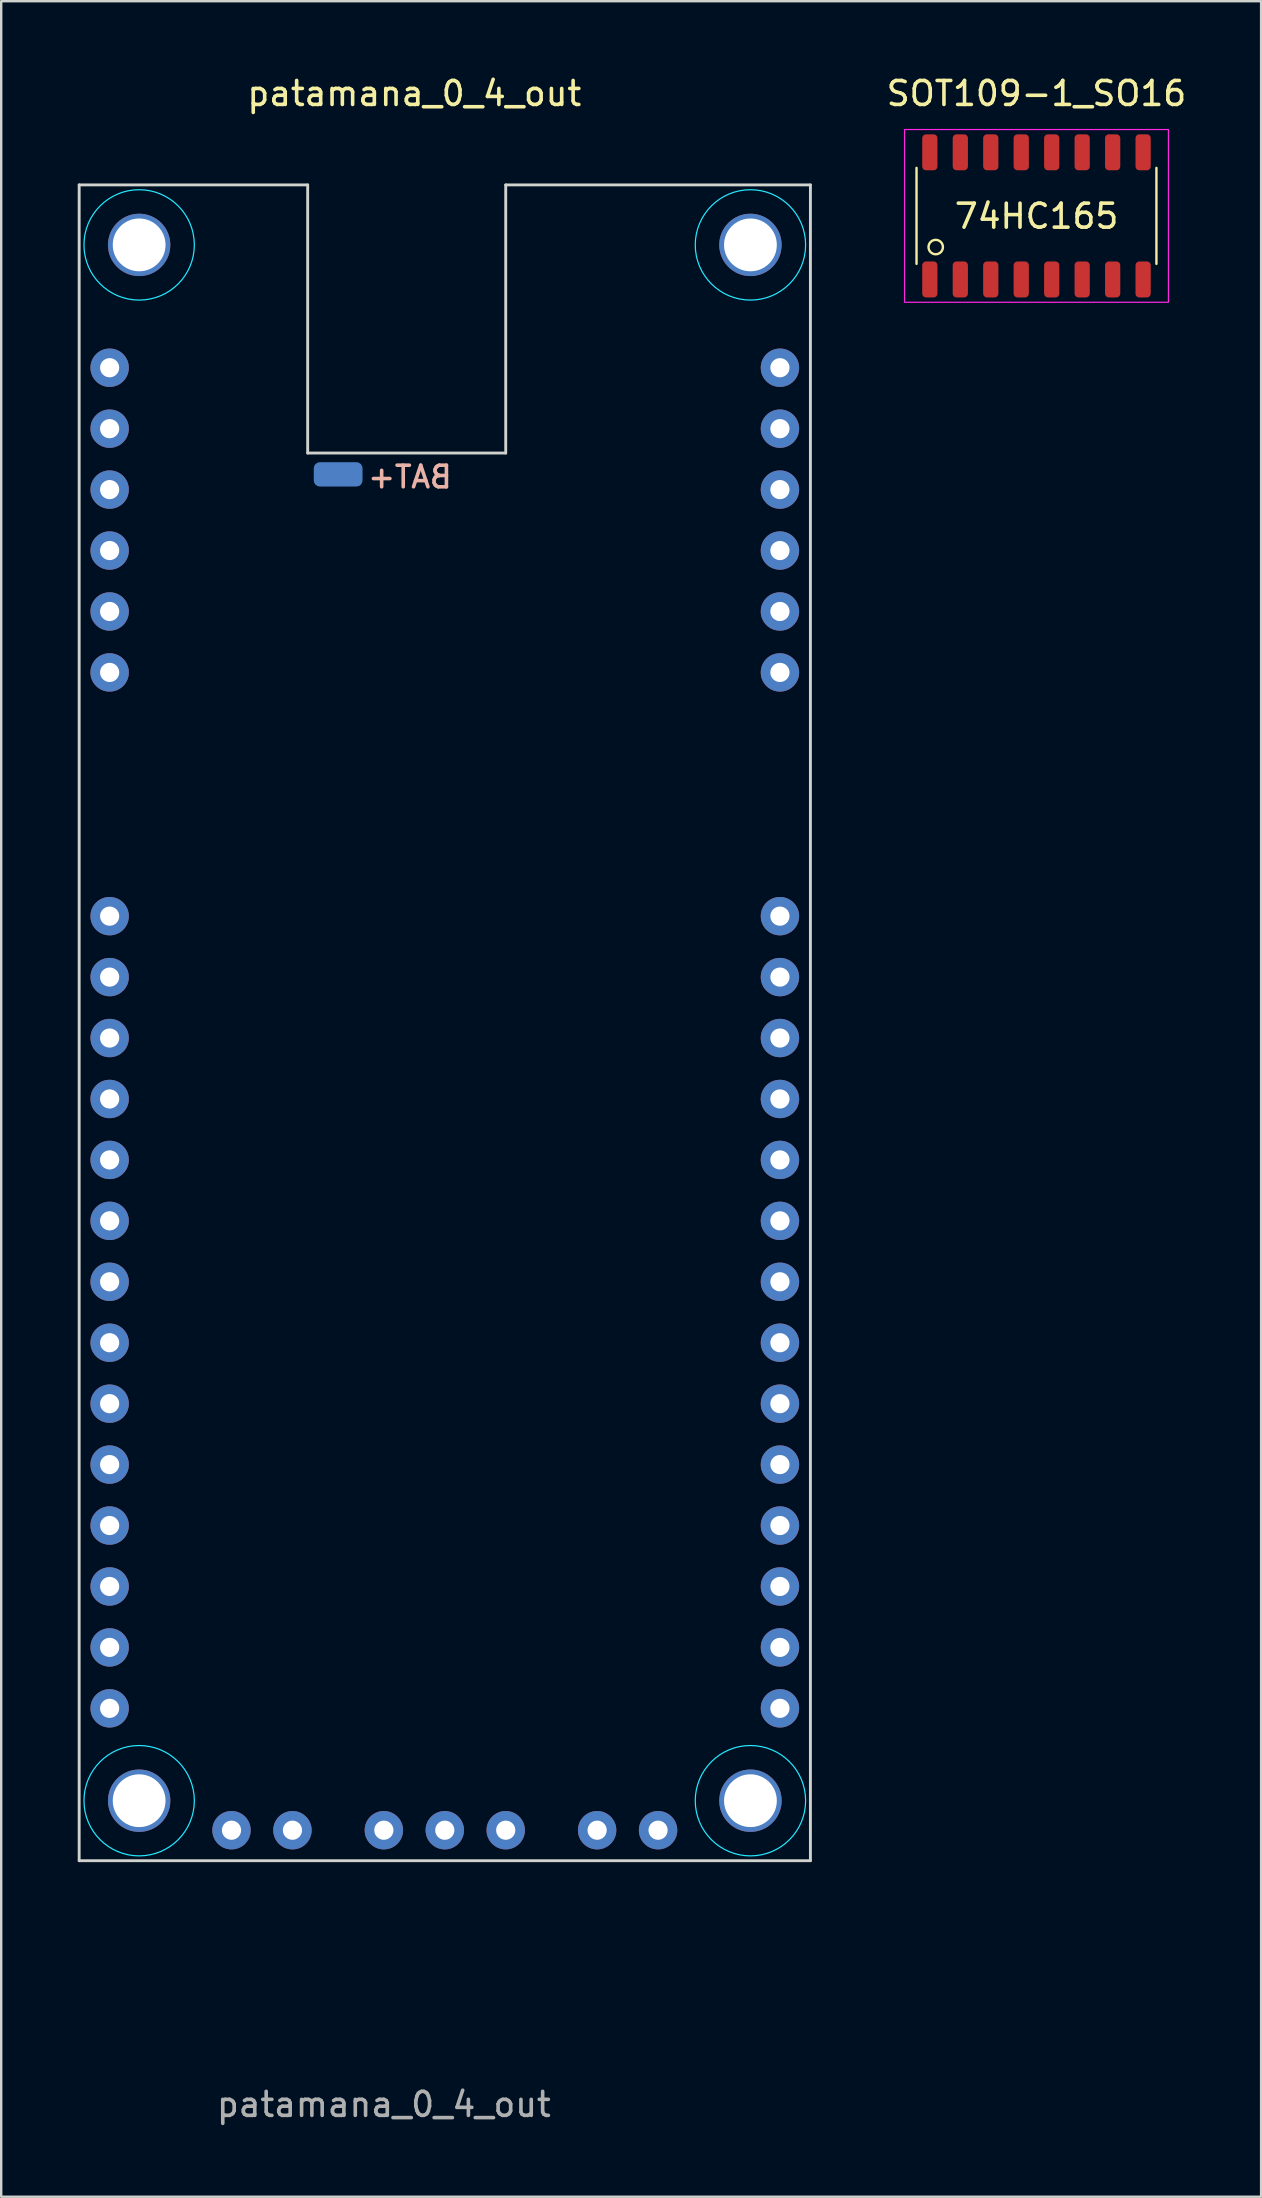
<source format=kicad_pcb>
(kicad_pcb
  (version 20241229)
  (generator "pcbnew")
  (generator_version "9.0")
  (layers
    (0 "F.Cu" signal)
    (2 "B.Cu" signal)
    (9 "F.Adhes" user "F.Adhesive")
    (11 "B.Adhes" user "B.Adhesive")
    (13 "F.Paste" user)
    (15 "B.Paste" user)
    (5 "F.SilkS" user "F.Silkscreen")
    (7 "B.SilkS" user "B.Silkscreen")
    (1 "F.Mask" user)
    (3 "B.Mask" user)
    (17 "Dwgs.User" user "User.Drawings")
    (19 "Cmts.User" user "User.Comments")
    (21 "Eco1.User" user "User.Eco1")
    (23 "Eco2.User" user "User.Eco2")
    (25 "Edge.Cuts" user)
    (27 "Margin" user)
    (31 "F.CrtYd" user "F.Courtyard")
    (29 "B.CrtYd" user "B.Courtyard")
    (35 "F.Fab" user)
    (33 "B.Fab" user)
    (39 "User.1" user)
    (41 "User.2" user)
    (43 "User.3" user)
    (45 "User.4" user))
  (footprint "SOT109-1_SO16"
    (layer "F.Cu")
    (at 40.153 5.948)
    (property "Reference" "SOT109-1_SO16" (at 0 -5.1 0) (unlocked yes) (layer "F.SilkS") (effects (font (size 1 1) (thickness 0.15))))
    (attr smd)
    (fp_line (start -5 -2) (end -5 2) (stroke (width 0.1) (type default)) (layer "F.SilkS"))
    (fp_line (start 5 -2) (end 5 2) (stroke (width 0.1) (type default)) (layer "F.SilkS"))
    (fp_circle (center -4.2 1.3) (end -3.9 1.3) (stroke (width 0.1) (type solid)) (fill no) (layer "F.SilkS"))
    (fp_rect (start -5.5 -3.6) (end 5.5 3.6) (stroke (width 0.05) (type default)) (fill no) (layer "F.CrtYd"))
    (fp_text user "74HC165" (at -3.5 0.6 0) (unlocked yes) (layer "F.SilkS") (effects (font (size 1 1) (thickness 0.15)) (justify left bottom)))
    (pad "1" smd roundrect (at -4.445 2.65) (size 0.635 1.5) (layers "F.Cu" "F.Mask" "F.Paste") (roundrect_rratio 0.25))
    (pad "2" smd roundrect (at -3.175 2.65) (size 0.635 1.5) (layers "F.Cu" "F.Mask" "F.Paste") (roundrect_rratio 0.25))
    (pad "3" smd roundrect (at -1.905 2.65) (size 0.635 1.5) (layers "F.Cu" "F.Mask" "F.Paste") (roundrect_rratio 0.25))
    (pad "4" smd roundrect (at -0.635 2.65) (size 0.635 1.5) (layers "F.Cu" "F.Mask" "F.Paste") (roundrect_rratio 0.25))
    (pad "5" smd roundrect (at 0.635 2.65) (size 0.635 1.5) (layers "F.Cu" "F.Mask" "F.Paste") (roundrect_rratio 0.25))
    (pad "6" smd roundrect (at 1.905 2.65) (size 0.635 1.5) (layers "F.Cu" "F.Mask" "F.Paste") (roundrect_rratio 0.25))
    (pad "7" smd roundrect (at 3.175 2.65) (size 0.635 1.5) (layers "F.Cu" "F.Mask" "F.Paste") (roundrect_rratio 0.25))
    (pad "8" smd roundrect (at 4.445 2.65) (size 0.635 1.5) (layers "F.Cu" "F.Mask" "F.Paste") (roundrect_rratio 0.25))
    (pad "9" smd roundrect (at 4.445 -2.65) (size 0.635 1.5) (layers "F.Cu" "F.Mask" "F.Paste") (roundrect_rratio 0.25))
    (pad "10" smd roundrect (at 3.175 -2.65) (size 0.635 1.5) (layers "F.Cu" "F.Mask" "F.Paste") (roundrect_rratio 0.25))
    (pad "11" smd roundrect (at 1.905 -2.65) (size 0.635 1.5) (layers "F.Cu" "F.Mask" "F.Paste") (roundrect_rratio 0.25))
    (pad "12" smd roundrect (at 0.635 -2.65) (size 0.635 1.5) (layers "F.Cu" "F.Mask" "F.Paste") (roundrect_rratio 0.25))
    (pad "13" smd roundrect (at -0.635 -2.65) (size 0.635 1.5) (layers "F.Cu" "F.Mask" "F.Paste") (roundrect_rratio 0.25))
    (pad "14" smd roundrect (at -1.905 -2.65) (size 0.635 1.5) (layers "F.Cu" "F.Mask" "F.Paste") (roundrect_rratio 0.25))
    (pad "15" smd roundrect (at -3.175 -2.65) (size 0.635 1.5) (layers "F.Cu" "F.Mask" "F.Paste") (roundrect_rratio 0.25))
    (pad "16" smd roundrect (at -4.445 -2.65) (size 0.635 1.5) (layers "F.Cu" "F.Mask" "F.Paste") (roundrect_rratio 0.25)))
  (footprint "patamana_0_4_out"
    (layer "F.Cu")
    (at 0.25 4.658)
    (property "Reference" "patamana_0_4_out" (at 13.97 -3.81 0) (unlocked yes) (layer "F.SilkS") (effects (font (size 1 1) (thickness 0.15))))
    (attr through_hole)
    (fp_line (start 0 0) (end 0 69.85) (stroke (width 0.12) (type default)) (layer "Edge.Cuts"))
    (fp_line (start 0 0) (end 9.525 0) (stroke (width 0.12) (type default)) (layer "Edge.Cuts"))
    (fp_line (start 0 69.85) (end 30.48 69.85) (stroke (width 0.12) (type default)) (layer "Edge.Cuts"))
    (fp_line (start 9.525 0) (end 9.525 11.176) (stroke (width 0.12) (type default)) (layer "Edge.Cuts"))
    (fp_line (start 9.525 11.176) (end 17.78 11.176) (stroke (width 0.12) (type default)) (layer "Edge.Cuts"))
    (fp_line (start 17.78 0) (end 30.48 0) (stroke (width 0.12) (type default)) (layer "Edge.Cuts"))
    (fp_line (start 17.78 11.176) (end 17.78 0) (stroke (width 0.12) (type default)) (layer "Edge.Cuts"))
    (fp_line (start 30.48 69.85) (end 30.48 0) (stroke (width 0.12) (type default)) (layer "Edge.Cuts"))
    (fp_circle (center 2.5 2.5) (end 4.8 2.5) (stroke (width 0.05) (type default)) (fill no) (layer "B.CrtYd"))
    (fp_circle (center 2.5 67.35) (end 4.8 67.35) (stroke (width 0.05) (type default)) (fill no) (layer "B.CrtYd"))
    (fp_circle (center 27.98 2.5) (end 30.28 2.5) (stroke (width 0.05) (type default)) (fill no) (layer "B.CrtYd"))
    (fp_circle (center 27.98 67.35) (end 30.28 67.35) (stroke (width 0.05) (type default)) (fill no) (layer "B.CrtYd"))
    (fp_text user "BAT+" (at 15.621 12.7 0) (unlocked yes) (layer "B.SilkS") (effects (font (size 0.9 0.9) (thickness 0.15)) (justify left bottom mirror)))
    (fp_text user "${REFERENCE}" (at 12.7 80.01 0) (unlocked yes) (layer "F.Fab") (effects (font (size 1 1) (thickness 0.15))))
    (pad "" np_thru_hole circle (at 2.5 2.5) (size 2.6 2.6) (drill 2.2) (layers "*.Cu" "*.Mask"))
    (pad "" np_thru_hole circle (at 2.5 67.35) (size 2.6 2.6) (drill 2.2) (layers "*.Cu" "*.Mask"))
    (pad "" np_thru_hole circle (at 27.98 2.5) (size 2.6 2.6) (drill 2.2) (layers "*.Cu" "*.Mask"))
    (pad "" np_thru_hole circle (at 27.98 67.35) (size 2.6 2.6) (drill 2.2) (layers "*.Cu" "*.Mask"))
    (pad "0" thru_hole circle (at 1.27 30.48) (size 1.6 1.6) (drill 0.8) (layers "*.Cu" "*.Mask"))
    (pad "1" thru_hole circle (at 1.27 33.02) (size 1.6 1.6) (drill 0.8) (layers "*.Cu" "*.Mask"))
    (pad "2" thru_hole circle (at 1.27 35.56) (size 1.6 1.6) (drill 0.8) (layers "*.Cu" "*.Mask"))
    (pad "3" thru_hole circle (at 1.27 38.1) (size 1.6 1.6) (drill 0.8) (layers "*.Cu" "*.Mask"))
    (pad "4" thru_hole circle (at 1.27 40.64) (size 1.6 1.6) (drill 0.8) (layers "*.Cu" "*.Mask"))
    (pad "5" thru_hole circle (at 1.27 43.18) (size 1.6 1.6) (drill 0.8) (layers "*.Cu" "*.Mask"))
    (pad "6" thru_hole circle (at 1.27 45.72) (size 1.6 1.6) (drill 0.8) (layers "*.Cu" "*.Mask"))
    (pad "7" thru_hole circle (at 1.27 48.26) (size 1.6 1.6) (drill 0.8) (layers "*.Cu" "*.Mask"))
    (pad "8" thru_hole circle (at 1.27 50.8) (size 1.6 1.6) (drill 0.8) (layers "*.Cu" "*.Mask"))
    (pad "9" thru_hole circle (at 1.27 53.34) (size 1.6 1.6) (drill 0.8) (layers "*.Cu" "*.Mask"))
    (pad "10" thru_hole circle (at 1.27 55.88) (size 1.6 1.6) (drill 0.8) (layers "*.Cu" "*.Mask"))
    (pad "11" thru_hole circle (at 1.27 58.42) (size 1.6 1.6) (drill 0.8) (layers "*.Cu" "*.Mask"))
    (pad "12" thru_hole circle (at 1.27 60.96) (size 1.6 1.6) (drill 0.8) (layers "*.Cu" "*.Mask"))
    (pad "13" thru_hole circle (at 1.27 63.5) (size 1.6 1.6) (drill 0.8) (layers "*.Cu" "*.Mask"))
    (pad "14" thru_hole circle (at 6.35 68.58) (size 1.6 1.6) (drill 0.8) (layers "*.Cu" "*.Mask"))
    (pad "15" thru_hole circle (at 8.89 68.58) (size 1.6 1.6) (drill 0.8) (layers "*.Cu" "*.Mask"))
    (pad "16" thru_hole circle (at 21.59 68.58) (size 1.6 1.6) (drill 0.8) (layers "*.Cu" "*.Mask"))
    (pad "17" thru_hole circle (at 24.13 68.58) (size 1.6 1.6) (drill 0.8) (layers "*.Cu" "*.Mask"))
    (pad "18" thru_hole circle (at 29.21 63.5) (size 1.6 1.6) (drill 0.8) (layers "*.Cu" "*.Mask"))
    (pad "19" thru_hole circle (at 29.21 60.96) (size 1.6 1.6) (drill 0.8) (layers "*.Cu" "*.Mask"))
    (pad "20" thru_hole circle (at 29.21 58.42) (size 1.6 1.6) (drill 0.8) (layers "*.Cu" "*.Mask"))
    (pad "21" thru_hole circle (at 29.21 55.88) (size 1.6 1.6) (drill 0.8) (layers "*.Cu" "*.Mask"))
    (pad "22" thru_hole circle (at 29.21 53.34) (size 1.6 1.6) (drill 0.8) (layers "*.Cu" "*.Mask"))
    (pad "23" thru_hole circle (at 29.21 50.8) (size 1.6 1.6) (drill 0.8) (layers "*.Cu" "*.Mask"))
    (pad "24" thru_hole circle (at 29.21 48.26) (size 1.6 1.6) (drill 0.8) (layers "*.Cu" "*.Mask"))
    (pad "25" thru_hole circle (at 29.21 45.72) (size 1.6 1.6) (drill 0.8) (layers "*.Cu" "*.Mask"))
    (pad "26" thru_hole circle (at 29.21 43.18) (size 1.6 1.6) (drill 0.8) (layers "*.Cu" "*.Mask"))
    (pad "27" thru_hole circle (at 29.21 40.64) (size 1.6 1.6) (drill 0.8) (layers "*.Cu" "*.Mask"))
    (pad "28" thru_hole circle (at 29.21 38.1) (size 1.6 1.6) (drill 0.8) (layers "*.Cu" "*.Mask"))
    (pad "29" thru_hole circle (at 29.21 35.56) (size 1.6 1.6) (drill 0.8) (layers "*.Cu" "*.Mask"))
    (pad "30" thru_hole circle (at 29.21 33.02) (size 1.6 1.6) (drill 0.8) (layers "*.Cu" "*.Mask"))
    (pad "31" thru_hole circle (at 29.21 30.48) (size 1.6 1.6) (drill 0.8) (layers "*.Cu" "*.Mask"))
    (pad "32" thru_hole circle (at 12.7 68.58) (size 1.6 1.6) (drill 0.8) (layers "*.Cu" "*.Mask"))
    (pad "33" thru_hole circle (at 15.24 68.58) (size 1.6 1.6) (drill 0.8) (layers "*.Cu" "*.Mask"))
    (pad "34" thru_hole circle (at 17.78 68.58) (size 1.6 1.6) (drill 0.8) (layers "*.Cu" "*.Mask"))
    (pad "35" thru_hole circle (at 1.27 7.62) (size 1.6 1.6) (drill 0.8) (layers "*.Cu" "*.Mask"))
    (pad "35" smd roundrect (at 10.795 12.065) (size 2.032 1.016) (layers "B.Cu" "B.Mask") (roundrect_rratio 0.25))
    (pad "36" thru_hole circle (at 1.27 10.16) (size 1.6 1.6) (drill 0.8) (layers "*.Cu" "*.Mask"))
    (pad "37" thru_hole circle (at 1.27 12.7) (size 1.6 1.6) (drill 0.8) (layers "*.Cu" "*.Mask"))
    (pad "38" thru_hole circle (at 1.27 15.24) (size 1.6 1.6) (drill 0.8) (layers "*.Cu" "*.Mask"))
    (pad "39" thru_hole circle (at 1.27 17.78) (size 1.6 1.6) (drill 0.8) (layers "*.Cu" "*.Mask"))
    (pad "40" thru_hole circle (at 1.27 20.32) (size 1.6 1.6) (drill 0.8) (layers "*.Cu" "*.Mask"))
    (pad "41" thru_hole circle (at 29.21 20.32) (size 1.6 1.6) (drill 0.8) (layers "*.Cu" "*.Mask"))
    (pad "42" thru_hole circle (at 29.21 17.78) (size 1.6 1.6) (drill 0.8) (layers "*.Cu" "*.Mask"))
    (pad "43" thru_hole circle (at 29.21 15.24) (size 1.6 1.6) (drill 0.8) (layers "*.Cu" "*.Mask"))
    (pad "44" thru_hole circle (at 29.21 12.7) (size 1.6 1.6) (drill 0.8) (layers "*.Cu" "*.Mask"))
    (pad "45" thru_hole circle (at 29.21 10.16) (size 1.6 1.6) (drill 0.8) (layers "*.Cu" "*.Mask"))
    (pad "46" thru_hole circle (at 29.21 7.62) (size 1.6 1.6) (drill 0.8) (layers "*.Cu" "*.Mask")))
  (gr_rect
    (start -3 -3)
    (end 49.516 88.516)
    (stroke (width 0.1) (type default))
    (fill no)
    (layer "Edge.Cuts")))
</source>
